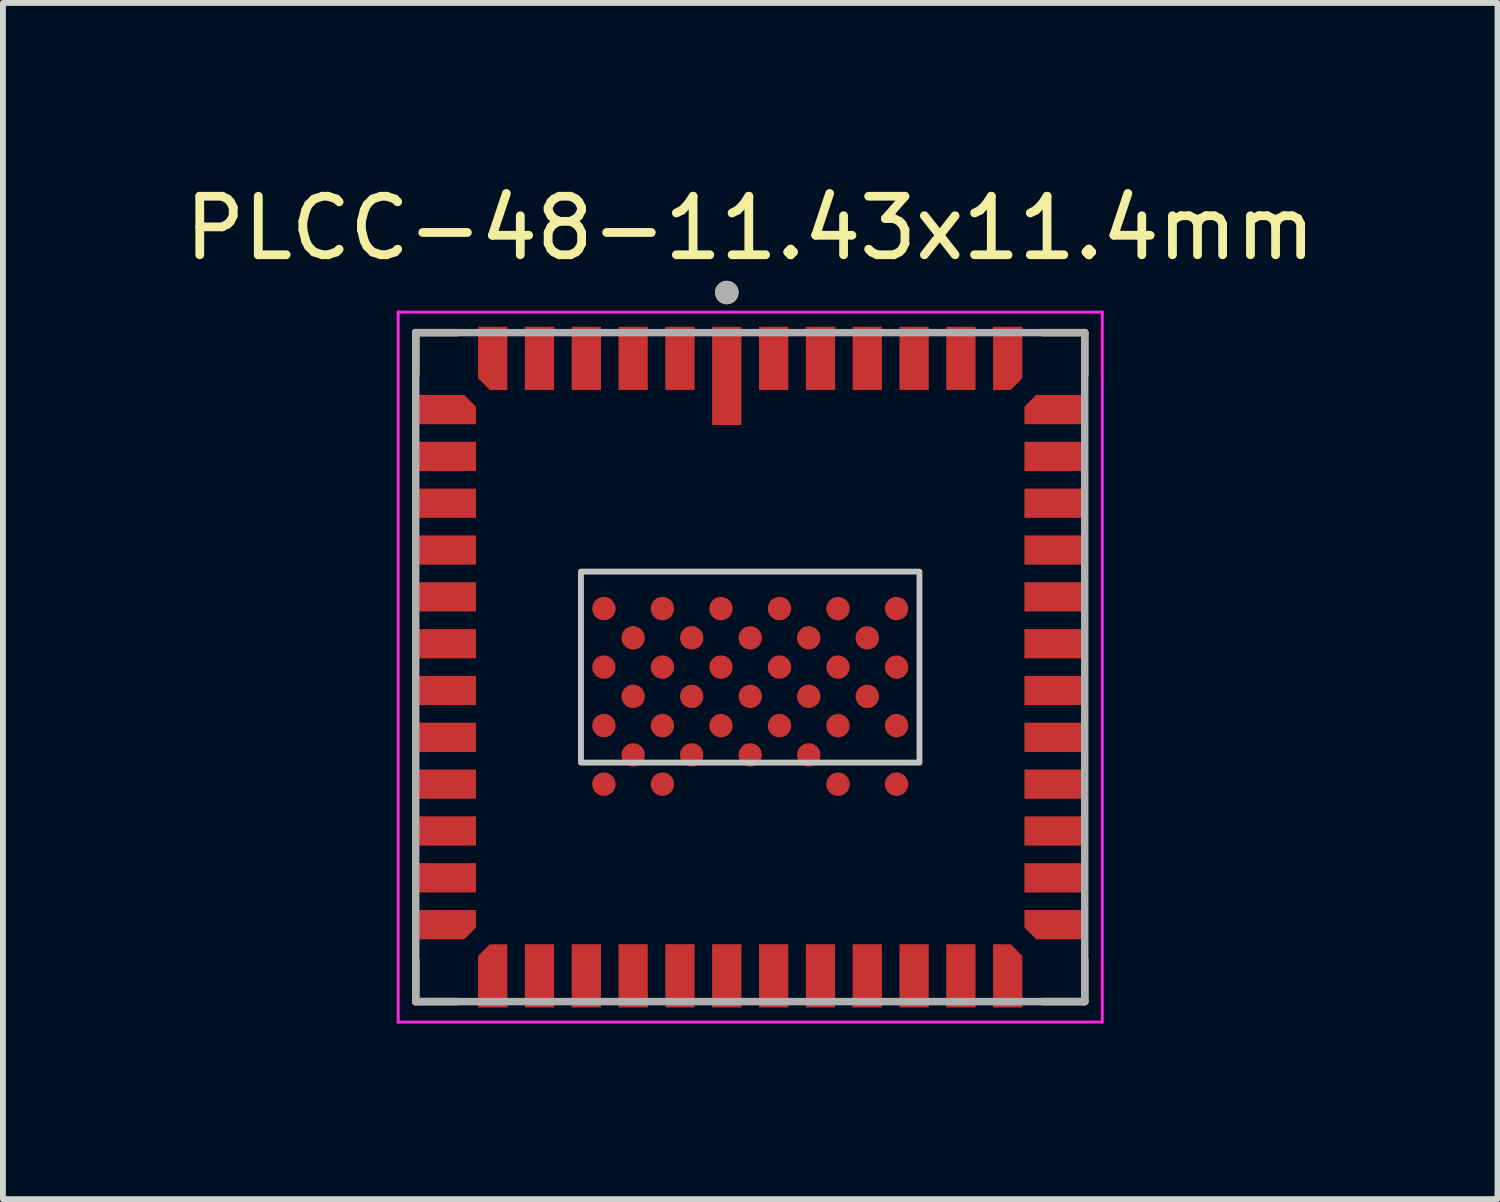
<source format=kicad_pcb>
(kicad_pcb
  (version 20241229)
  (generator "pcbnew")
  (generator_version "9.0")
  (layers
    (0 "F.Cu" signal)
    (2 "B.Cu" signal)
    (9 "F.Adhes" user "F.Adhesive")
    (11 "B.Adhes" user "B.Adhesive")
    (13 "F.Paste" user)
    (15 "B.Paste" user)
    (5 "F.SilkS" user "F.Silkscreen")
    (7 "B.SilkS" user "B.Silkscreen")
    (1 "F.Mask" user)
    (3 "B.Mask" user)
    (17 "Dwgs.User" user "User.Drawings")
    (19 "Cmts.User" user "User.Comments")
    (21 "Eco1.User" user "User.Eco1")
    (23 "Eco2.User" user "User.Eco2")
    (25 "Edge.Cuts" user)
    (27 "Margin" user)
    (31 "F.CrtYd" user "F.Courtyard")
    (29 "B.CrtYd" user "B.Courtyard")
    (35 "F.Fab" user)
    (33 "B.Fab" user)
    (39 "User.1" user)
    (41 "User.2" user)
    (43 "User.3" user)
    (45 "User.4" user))
  (footprint "PLCC-48-11.43x11.4mm"
    (layer "F.Cu")
    (at 9.768 8.348)
    (property "Reference" "PLCC-48-11.43x11.4mm" (at 0 -7.5 0) (layer "F.SilkS") (effects (font (size 1 1) (thickness 0.15))))
    (attr smd)
    (fp_line (start -5.715 -5.715) (end -5.715 -5) (stroke (width 0.127) (type solid)) (layer "F.SilkS"))
    (fp_line (start -5.715 5.715) (end -5.715 5) (stroke (width 0.127) (type solid)) (layer "F.SilkS"))
    (fp_line (start -5 -5.715) (end -5.715 -5.715) (stroke (width 0.127) (type solid)) (layer "F.SilkS"))
    (fp_line (start -5 5.715) (end -5.715 5.715) (stroke (width 0.127) (type solid)) (layer "F.SilkS"))
    (fp_line (start 5 -5.715) (end 5.715 -5.715) (stroke (width 0.127) (type solid)) (layer "F.SilkS"))
    (fp_line (start 5 5.715) (end 5.715 5.715) (stroke (width 0.127) (type solid)) (layer "F.SilkS"))
    (fp_line (start 5.715 -5.715) (end 5.715 -5) (stroke (width 0.127) (type solid)) (layer "F.SilkS"))
    (fp_line (start 5.715 5.715) (end 5.715 5) (stroke (width 0.127) (type solid)) (layer "F.SilkS"))
    (fp_circle (center -0.4 -6.4) (end -0.3 -6.4) (stroke (width 0.2) (type solid)) (fill no) (layer "F.SilkS"))
    (fp_rect (start -2.892 -1.632) (end 2.892 1.632) (stroke (width 0.1) (type solid)) (fill no) (layer "Dwgs.User"))
    (fp_line (start -6.015 -6.065) (end 6.015 -6.065) (stroke (width 0.05) (type solid)) (layer "F.CrtYd"))
    (fp_line (start -6.015 6.065) (end -6.015 -6.065) (stroke (width 0.05) (type solid)) (layer "F.CrtYd"))
    (fp_line (start 6.015 -6.065) (end 6.015 6.065) (stroke (width 0.05) (type solid)) (layer "F.CrtYd"))
    (fp_line (start 6.015 6.065) (end -6.015 6.065) (stroke (width 0.05) (type solid)) (layer "F.CrtYd"))
    (fp_line (start -5.715 -5.715) (end -5.715 5.715) (stroke (width 0.127) (type solid)) (layer "F.Fab"))
    (fp_line (start -5.715 5.715) (end 5.715 5.715) (stroke (width 0.127) (type solid)) (layer "F.Fab"))
    (fp_line (start 5.715 -5.715) (end -5.715 -5.715) (stroke (width 0.127) (type solid)) (layer "F.Fab"))
    (fp_line (start 5.715 5.715) (end 5.715 -5.715) (stroke (width 0.127) (type solid)) (layer "F.Fab"))
    (fp_circle (center -0.4 -6.4) (end -0.3 -6.4) (stroke (width 0.2) (type solid)) (fill no) (layer "F.Fab"))
    (pad "1" smd rect (at -0.4 -4.975) (size 0.5 1.68) (layers "F.Cu" "F.Mask" "F.Paste"))
    (pad "2" smd rect (at -1.2 -5.275) (size 0.5 1.08) (layers "F.Cu" "F.Mask" "F.Paste"))
    (pad "3" smd rect (at -2 -5.275) (size 0.5 1.08) (layers "F.Cu" "F.Mask" "F.Paste"))
    (pad "4" smd rect (at -2.8 -5.275) (size 0.5 1.08) (layers "F.Cu" "F.Mask" "F.Paste"))
    (pad "5" smd rect (at -3.6 -5.275) (size 0.5 1.08) (layers "F.Cu" "F.Mask" "F.Paste"))
    (pad "6" smd roundrect (at -4.4 -5.275) (size 0.5 1.08) (layers "F.Cu" "F.Mask" "F.Paste") (roundrect_rratio 0) (chamfer_ratio 0.4) (chamfer bottom_left))
    (pad "7" smd roundrect (at -5.225 -4.4) (size 1.08 0.5) (layers "F.Cu" "F.Mask" "F.Paste") (roundrect_rratio 0) (chamfer_ratio 0.4) (chamfer top_right))
    (pad "8" smd rect (at -5.225 -3.6) (size 1.08 0.5) (layers "F.Cu" "F.Mask" "F.Paste"))
    (pad "9" smd rect (at -5.225 -2.8) (size 1.08 0.5) (layers "F.Cu" "F.Mask" "F.Paste"))
    (pad "10" smd rect (at -5.225 -2) (size 1.08 0.5) (layers "F.Cu" "F.Mask" "F.Paste"))
    (pad "11" smd rect (at -5.225 -1.2) (size 1.08 0.5) (layers "F.Cu" "F.Mask" "F.Paste"))
    (pad "12" smd rect (at -5.225 -0.4) (size 1.08 0.5) (layers "F.Cu" "F.Mask" "F.Paste"))
    (pad "13" smd rect (at -5.225 0.4) (size 1.08 0.5) (layers "F.Cu" "F.Mask" "F.Paste"))
    (pad "14" smd rect (at -5.225 1.2) (size 1.08 0.5) (layers "F.Cu" "F.Mask" "F.Paste"))
    (pad "15" smd rect (at -5.225 2) (size 1.08 0.5) (layers "F.Cu" "F.Mask" "F.Paste"))
    (pad "16" smd rect (at -5.225 2.8) (size 1.08 0.5) (layers "F.Cu" "F.Mask" "F.Paste"))
    (pad "17" smd rect (at -5.225 3.6) (size 1.08 0.5) (layers "F.Cu" "F.Mask" "F.Paste"))
    (pad "18" smd roundrect (at -5.225 4.4) (size 1.08 0.5) (layers "F.Cu" "F.Mask" "F.Paste") (roundrect_rratio 0) (chamfer_ratio 0.4) (chamfer bottom_right))
    (pad "19" smd roundrect (at -4.4 5.275) (size 0.5 1.08) (layers "F.Cu" "F.Mask" "F.Paste") (roundrect_rratio 0) (chamfer_ratio 0.4) (chamfer top_left))
    (pad "20" smd rect (at -3.6 5.275) (size 0.5 1.08) (layers "F.Cu" "F.Mask" "F.Paste"))
    (pad "21" smd rect (at -2.8 5.275) (size 0.5 1.08) (layers "F.Cu" "F.Mask" "F.Paste"))
    (pad "22" smd rect (at -2 5.275) (size 0.5 1.08) (layers "F.Cu" "F.Mask" "F.Paste"))
    (pad "23" smd rect (at -1.2 5.275) (size 0.5 1.08) (layers "F.Cu" "F.Mask" "F.Paste"))
    (pad "24" smd rect (at -0.4 5.275) (size 0.5 1.08) (layers "F.Cu" "F.Mask" "F.Paste"))
    (pad "25" smd rect (at 0.4 5.275) (size 0.5 1.08) (layers "F.Cu" "F.Mask" "F.Paste"))
    (pad "26" smd rect (at 1.2 5.275) (size 0.5 1.08) (layers "F.Cu" "F.Mask" "F.Paste"))
    (pad "27" smd rect (at 2 5.275) (size 0.5 1.08) (layers "F.Cu" "F.Mask" "F.Paste"))
    (pad "28" smd rect (at 2.8 5.275) (size 0.5 1.08) (layers "F.Cu" "F.Mask" "F.Paste"))
    (pad "29" smd rect (at 3.6 5.275) (size 0.5 1.08) (layers "F.Cu" "F.Mask" "F.Paste"))
    (pad "30" smd roundrect (at 4.4 5.275) (size 0.5 1.08) (layers "F.Cu" "F.Mask" "F.Paste") (roundrect_rratio 0) (chamfer_ratio 0.4) (chamfer top_right))
    (pad "31" smd roundrect (at 5.225 4.4) (size 1.08 0.5) (layers "F.Cu" "F.Mask" "F.Paste") (roundrect_rratio 0) (chamfer_ratio 0.4) (chamfer bottom_left))
    (pad "32" smd rect (at 5.225 3.6) (size 1.08 0.5) (layers "F.Cu" "F.Mask" "F.Paste"))
    (pad "33" smd rect (at 5.225 2.8) (size 1.08 0.5) (layers "F.Cu" "F.Mask" "F.Paste"))
    (pad "34" smd rect (at 5.225 2) (size 1.08 0.5) (layers "F.Cu" "F.Mask" "F.Paste"))
    (pad "35" smd rect (at 5.225 1.2) (size 1.08 0.5) (layers "F.Cu" "F.Mask" "F.Paste"))
    (pad "36" smd rect (at 5.225 0.4) (size 1.08 0.5) (layers "F.Cu" "F.Mask" "F.Paste"))
    (pad "37" smd rect (at 5.225 -0.4) (size 1.08 0.5) (layers "F.Cu" "F.Mask" "F.Paste"))
    (pad "38" smd rect (at 5.225 -1.2) (size 1.08 0.5) (layers "F.Cu" "F.Mask" "F.Paste"))
    (pad "39" smd rect (at 5.225 -2) (size 1.08 0.5) (layers "F.Cu" "F.Mask" "F.Paste"))
    (pad "40" smd rect (at 5.225 -2.8) (size 1.08 0.5) (layers "F.Cu" "F.Mask" "F.Paste"))
    (pad "41" smd rect (at 5.225 -3.6) (size 1.08 0.5) (layers "F.Cu" "F.Mask" "F.Paste"))
    (pad "42" smd roundrect (at 5.225 -4.4) (size 1.08 0.5) (layers "F.Cu" "F.Mask" "F.Paste") (roundrect_rratio 0) (chamfer_ratio 0.4) (chamfer top_left))
    (pad "43" smd roundrect (at 4.4 -5.275) (size 0.5 1.08) (layers "F.Cu" "F.Mask" "F.Paste") (roundrect_rratio 0) (chamfer_ratio 0.4) (chamfer bottom_right))
    (pad "44" smd rect (at 3.6 -5.275) (size 0.5 1.08) (layers "F.Cu" "F.Mask" "F.Paste"))
    (pad "45" smd rect (at 2.8 -5.275) (size 0.5 1.08) (layers "F.Cu" "F.Mask" "F.Paste"))
    (pad "46" smd rect (at 2 -5.275) (size 0.5 1.08) (layers "F.Cu" "F.Mask" "F.Paste"))
    (pad "47" smd rect (at 1.2 -5.275) (size 0.5 1.08) (layers "F.Cu" "F.Mask" "F.Paste"))
    (pad "48" smd rect (at 0.4 -5.275) (size 0.5 1.08) (layers "F.Cu" "F.Mask" "F.Paste"))
    (pad "49" smd circle (at -2.5 -1) (size 0.4 0.4) (layers "F.Cu" "F.Mask" "F.Paste"))
    (pad "49" smd circle (at -2.5 0) (size 0.4 0.4) (layers "F.Cu" "F.Mask" "F.Paste"))
    (pad "49" smd circle (at -2.5 1) (size 0.4 0.4) (layers "F.Cu" "F.Mask" "F.Paste"))
    (pad "49" smd circle (at -2.5 2) (size 0.4 0.4) (layers "F.Cu" "F.Mask" "F.Paste"))
    (pad "49" smd circle (at -2 -0.5) (size 0.4 0.4) (layers "F.Cu" "F.Mask" "F.Paste"))
    (pad "49" smd circle (at -2 0.5) (size 0.4 0.4) (layers "F.Cu" "F.Mask" "F.Paste"))
    (pad "49" smd circle (at -2 1.5) (size 0.4 0.4) (layers "F.Cu" "F.Mask" "F.Paste"))
    (pad "49" smd circle (at -1.5 -1) (size 0.4 0.4) (layers "F.Cu" "F.Mask" "F.Paste"))
    (pad "49" smd circle (at -1.5 0) (size 0.4 0.4) (layers "F.Cu" "F.Mask" "F.Paste"))
    (pad "49" smd circle (at -1.5 1) (size 0.4 0.4) (layers "F.Cu" "F.Mask" "F.Paste"))
    (pad "49" smd circle (at -1.5 2) (size 0.4 0.4) (layers "F.Cu" "F.Mask" "F.Paste"))
    (pad "49" smd circle (at -1 -0.5) (size 0.4 0.4) (layers "F.Cu" "F.Mask" "F.Paste"))
    (pad "49" smd circle (at -1 0.5) (size 0.4 0.4) (layers "F.Cu" "F.Mask" "F.Paste"))
    (pad "49" smd circle (at -1 1.5) (size 0.4 0.4) (layers "F.Cu" "F.Mask" "F.Paste"))
    (pad "49" smd circle (at -0.5 -1) (size 0.4 0.4) (layers "F.Cu" "F.Mask" "F.Paste"))
    (pad "49" smd circle (at -0.5 0) (size 0.4 0.4) (layers "F.Cu" "F.Mask" "F.Paste"))
    (pad "49" smd circle (at -0.5 1) (size 0.4 0.4) (layers "F.Cu" "F.Mask" "F.Paste"))
    (pad "49" smd circle (at 0 -0.5) (size 0.4 0.4) (layers "F.Cu" "F.Mask" "F.Paste"))
    (pad "49" smd circle (at 0 0.5) (size 0.4 0.4) (layers "F.Cu" "F.Mask" "F.Paste"))
    (pad "49" smd circle (at 0 1.5) (size 0.4 0.4) (layers "F.Cu" "F.Mask" "F.Paste"))
    (pad "49" smd circle (at 0.5 -1) (size 0.4 0.4) (layers "F.Cu" "F.Mask" "F.Paste"))
    (pad "49" smd circle (at 0.5 0) (size 0.4 0.4) (layers "F.Cu" "F.Mask" "F.Paste"))
    (pad "49" smd circle (at 0.5 1) (size 0.4 0.4) (layers "F.Cu" "F.Mask" "F.Paste"))
    (pad "49" smd circle (at 1 -0.5) (size 0.4 0.4) (layers "F.Cu" "F.Mask" "F.Paste"))
    (pad "49" smd circle (at 1 0.5) (size 0.4 0.4) (layers "F.Cu" "F.Mask" "F.Paste"))
    (pad "49" smd circle (at 1 1.5) (size 0.4 0.4) (layers "F.Cu" "F.Mask" "F.Paste"))
    (pad "49" smd circle (at 1.5 -1) (size 0.4 0.4) (layers "F.Cu" "F.Mask" "F.Paste"))
    (pad "49" smd circle (at 1.5 0) (size 0.4 0.4) (layers "F.Cu" "F.Mask" "F.Paste"))
    (pad "49" smd circle (at 1.5 1) (size 0.4 0.4) (layers "F.Cu" "F.Mask" "F.Paste"))
    (pad "49" smd circle (at 1.5 2) (size 0.4 0.4) (layers "F.Cu" "F.Mask" "F.Paste"))
    (pad "49" smd circle (at 2 -0.5) (size 0.4 0.4) (layers "F.Cu" "F.Mask" "F.Paste"))
    (pad "49" smd circle (at 2 0.5) (size 0.4 0.4) (layers "F.Cu" "F.Mask" "F.Paste"))
    (pad "49" smd circle (at 2.5 -1) (size 0.4 0.4) (layers "F.Cu" "F.Mask" "F.Paste"))
    (pad "49" smd circle (at 2.5 0) (size 0.4 0.4) (layers "F.Cu" "F.Mask" "F.Paste"))
    (pad "49" smd circle (at 2.5 1) (size 0.4 0.4) (layers "F.Cu" "F.Mask" "F.Paste"))
    (pad "49" smd circle (at 2.5 2) (size 0.4 0.4) (layers "F.Cu" "F.Mask" "F.Paste")))
  (gr_rect
    (start -3 -3)
    (end 22.536 17.438)
    (stroke (width 0.1) (type default))
    (fill no)
    (layer "Edge.Cuts")))
</source>
